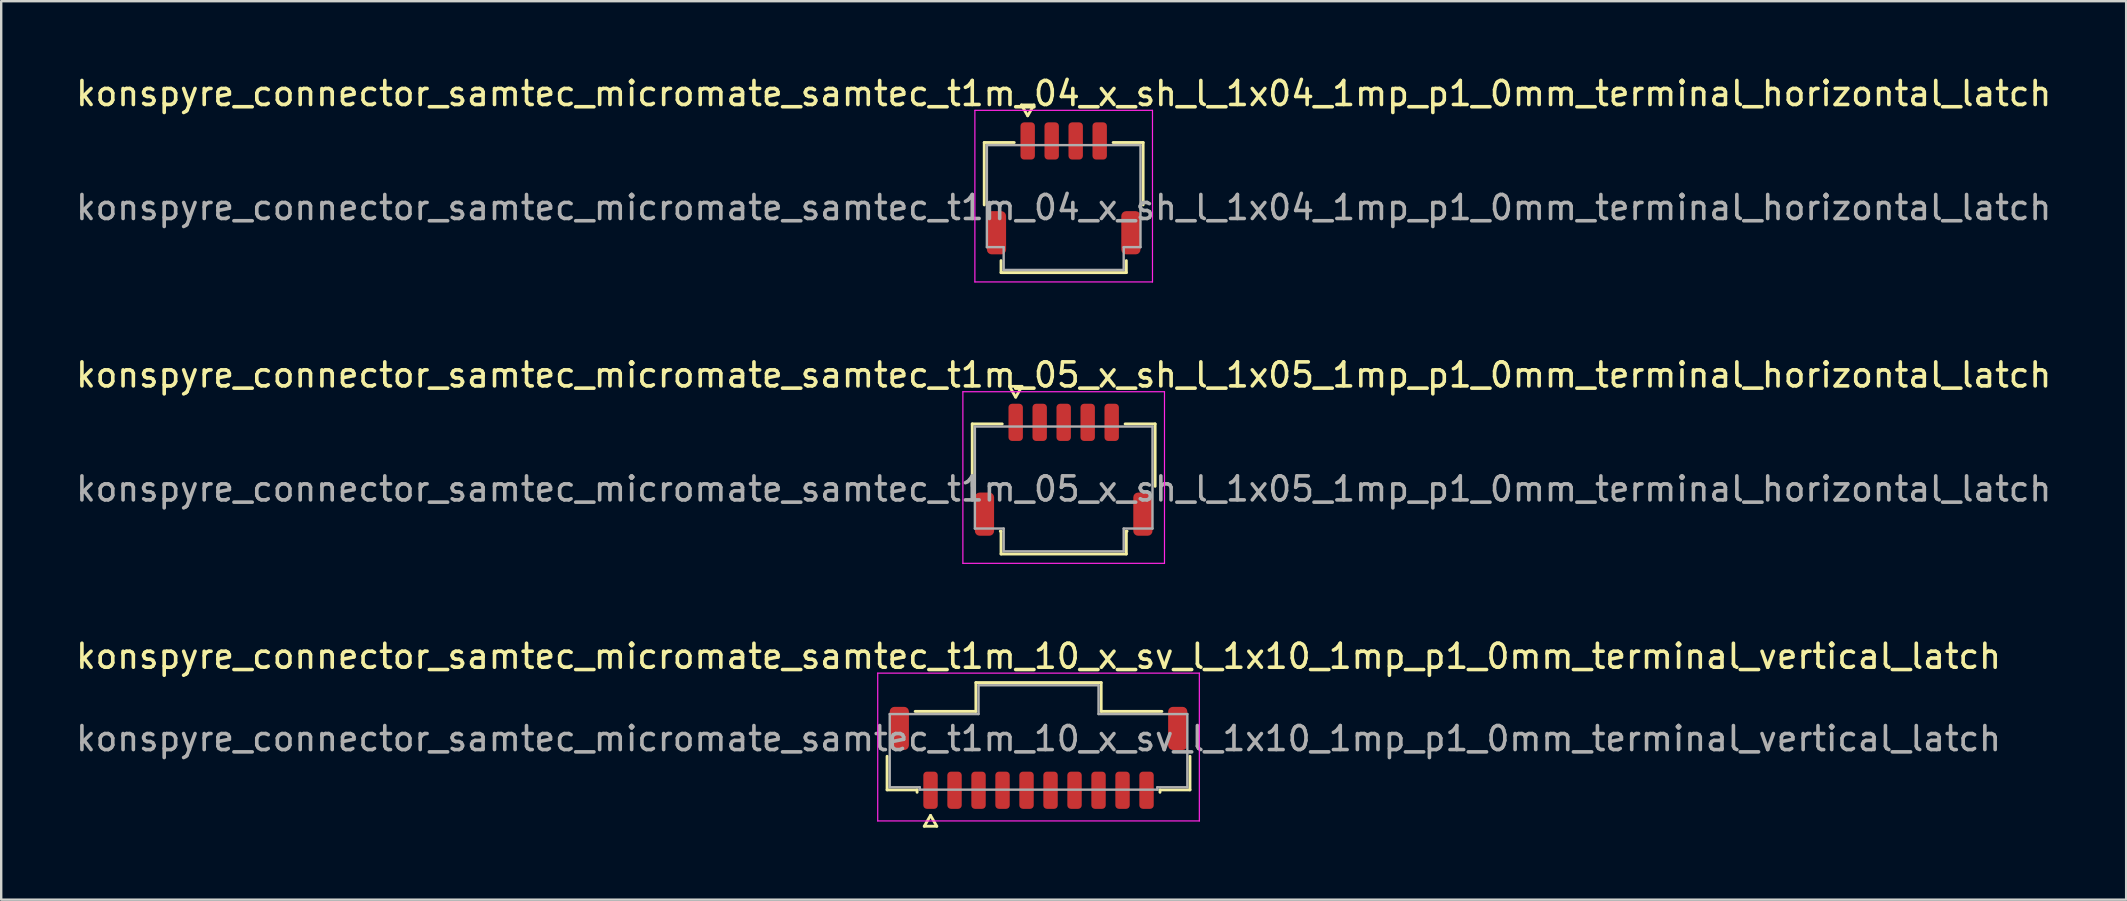
<source format=kicad_pcb>
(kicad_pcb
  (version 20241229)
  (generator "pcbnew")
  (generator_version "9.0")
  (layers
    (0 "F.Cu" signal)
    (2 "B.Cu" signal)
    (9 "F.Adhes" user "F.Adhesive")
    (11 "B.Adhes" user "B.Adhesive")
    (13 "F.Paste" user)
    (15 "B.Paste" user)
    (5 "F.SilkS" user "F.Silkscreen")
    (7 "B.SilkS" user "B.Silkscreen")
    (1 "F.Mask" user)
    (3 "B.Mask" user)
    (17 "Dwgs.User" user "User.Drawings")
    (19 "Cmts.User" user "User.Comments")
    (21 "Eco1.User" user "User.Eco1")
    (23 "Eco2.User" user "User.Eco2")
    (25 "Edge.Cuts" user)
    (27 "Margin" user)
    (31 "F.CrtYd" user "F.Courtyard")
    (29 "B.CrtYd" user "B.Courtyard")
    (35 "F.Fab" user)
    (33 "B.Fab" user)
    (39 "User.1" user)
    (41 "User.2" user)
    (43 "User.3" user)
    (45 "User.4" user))
  (footprint "konspyre_connector_samtec_micromate_samtec_t1m_04_x_sh_l_1x04_1mp_p1_0mm_terminal_horizontal_latch"
    (layer "F.Cu")
    (at 41.268 5.598)
    (property "Reference" "konspyre_connector_samtec_micromate_samtec_t1m_04_x_sh_l_1x04_1mp_p1_0mm_terminal_horizontal_latch" (at 0 -4.75 0) (layer "F.SilkS") (effects (font (size 1 1) (thickness 0.15))))
    (attr smd)
    (fp_line (start -3.31 -2.71) (end -2.06 -2.71) (stroke (width 0.12) (type solid)) (layer "F.SilkS"))
    (fp_line (start -3.31 -0.11) (end -3.31 -2.71) (stroke (width 0.12) (type solid)) (layer "F.SilkS"))
    (fp_line (start -2.61 2.71) (end -2.61 2.21) (stroke (width 0.12) (type solid)) (layer "F.SilkS"))
    (fp_line (start -1.76 -4.275) (end -1.5 -3.825) (stroke (width 0.12) (type solid)) (layer "F.SilkS"))
    (fp_line (start -1.5 -3.825) (end -1.24 -4.275) (stroke (width 0.12) (type solid)) (layer "F.SilkS"))
    (fp_line (start -1.24 -4.275) (end -1.76 -4.275) (stroke (width 0.12) (type solid)) (layer "F.SilkS"))
    (fp_line (start 2.06 -2.71) (end 3.31 -2.71) (stroke (width 0.12) (type solid)) (layer "F.SilkS"))
    (fp_line (start 2.61 2.21) (end 2.61 2.71) (stroke (width 0.12) (type solid)) (layer "F.SilkS"))
    (fp_line (start 2.61 2.71) (end -2.61 2.71) (stroke (width 0.12) (type solid)) (layer "F.SilkS"))
    (fp_line (start 3.31 -2.71) (end 3.31 -0.11) (stroke (width 0.12) (type solid)) (layer "F.SilkS"))
    (fp_line (start -3.7 -4.05) (end -3.7 3.1) (stroke (width 0.05) (type solid)) (layer "F.CrtYd"))
    (fp_line (start -3.7 3.1) (end 3.7 3.1) (stroke (width 0.05) (type solid)) (layer "F.CrtYd"))
    (fp_line (start 3.7 -4.05) (end -3.7 -4.05) (stroke (width 0.05) (type solid)) (layer "F.CrtYd"))
    (fp_line (start 3.7 3.1) (end 3.7 -4.05) (stroke (width 0.05) (type solid)) (layer "F.CrtYd"))
    (fp_line (start -3.2 -2.6) (end 3.2 -2.6) (stroke (width 0.1) (type solid)) (layer "F.Fab"))
    (fp_line (start -3.2 1.65) (end -3.2 -2.6) (stroke (width 0.1) (type solid)) (layer "F.Fab"))
    (fp_line (start -2.5 1.65) (end -3.2 1.65) (stroke (width 0.1) (type solid)) (layer "F.Fab"))
    (fp_line (start -2.5 2.6) (end -2.5 1.65) (stroke (width 0.1) (type solid)) (layer "F.Fab"))
    (fp_line (start 2.5 1.65) (end 2.5 2.6) (stroke (width 0.1) (type solid)) (layer "F.Fab"))
    (fp_line (start 2.5 2.6) (end -2.5 2.6) (stroke (width 0.1) (type solid)) (layer "F.Fab"))
    (fp_line (start 3.2 -2.6) (end 3.2 1.65) (stroke (width 0.1) (type solid)) (layer "F.Fab"))
    (fp_line (start 3.2 1.65) (end 2.5 1.65) (stroke (width 0.1) (type solid)) (layer "F.Fab"))
    (fp_text user "${REFERENCE}" (at 0 0 0) (layer "F.Fab") (effects (font (size 1 1) (thickness 0.15))))
    (pad "1" smd roundrect (at -1.5 -2.775) (size 0.6 1.55) (layers "F.Cu" "F.Mask" "F.Paste") (roundrect_rratio 0.25))
    (pad "2" smd roundrect (at -0.5 -2.775) (size 0.6 1.55) (layers "F.Cu" "F.Mask" "F.Paste") (roundrect_rratio 0.25))
    (pad "3" smd roundrect (at 0.5 -2.775) (size 0.6 1.55) (layers "F.Cu" "F.Mask" "F.Paste") (roundrect_rratio 0.25))
    (pad "4" smd roundrect (at 1.5 -2.775) (size 0.6 1.55) (layers "F.Cu" "F.Mask" "F.Paste") (roundrect_rratio 0.25))
    (pad "MP" smd roundrect (at -2.8 1.05) (size 0.8 1.8) (layers "F.Cu" "F.Mask" "F.Paste") (roundrect_rratio 0.25))
    (pad "MP" smd roundrect (at 2.8 1.05) (size 0.8 1.8) (layers "F.Cu" "F.Mask" "F.Paste") (roundrect_rratio 0.25)))
  (footprint "konspyre_connector_samtec_micromate_samtec_t1m_10_x_sv_l_1x10_1mp_p1_0mm_terminal_vertical_latch"
    (layer "F.Cu")
    (at 40.22 27.725)
    (property "Reference" "konspyre_connector_samtec_micromate_samtec_t1m_10_x_sv_l_1x10_1mp_p1_0mm_terminal_vertical_latch" (at 0 -3.43 0) (layer "F.SilkS") (effects (font (size 1 1) (thickness 0.15))))
    (attr smd)
    (fp_line (start -6.31 2.135) (end -6.31 0.735) (stroke (width 0.12) (type solid)) (layer "F.SilkS"))
    (fp_line (start -5.14 -1.135) (end -2.61 -1.135) (stroke (width 0.12) (type solid)) (layer "F.SilkS"))
    (fp_line (start -5.06 2.135) (end -6.31 2.135) (stroke (width 0.12) (type solid)) (layer "F.SilkS"))
    (fp_line (start -5.06 2.235) (end -5.06 2.135) (stroke (width 0.12) (type solid)) (layer "F.SilkS"))
    (fp_line (start -4.76 3.65) (end -4.5 3.2) (stroke (width 0.12) (type solid)) (layer "F.SilkS"))
    (fp_line (start -4.5 3.2) (end -4.24 3.65) (stroke (width 0.12) (type solid)) (layer "F.SilkS"))
    (fp_line (start -4.24 3.65) (end -4.76 3.65) (stroke (width 0.12) (type solid)) (layer "F.SilkS"))
    (fp_line (start -2.61 -2.335) (end 2.61 -2.335) (stroke (width 0.12) (type solid)) (layer "F.SilkS"))
    (fp_line (start -2.61 -1.135) (end -2.61 -2.335) (stroke (width 0.12) (type solid)) (layer "F.SilkS"))
    (fp_line (start 2.61 -2.335) (end 2.61 -1.135) (stroke (width 0.12) (type solid)) (layer "F.SilkS"))
    (fp_line (start 2.61 -1.135) (end 5.14 -1.135) (stroke (width 0.12) (type solid)) (layer "F.SilkS"))
    (fp_line (start 5.06 2.135) (end 5.06 2.235) (stroke (width 0.12) (type solid)) (layer "F.SilkS"))
    (fp_line (start 6.31 0.735) (end 6.31 2.135) (stroke (width 0.12) (type solid)) (layer "F.SilkS"))
    (fp_line (start 6.31 2.135) (end 5.06 2.135) (stroke (width 0.12) (type solid)) (layer "F.SilkS"))
    (fp_line (start -6.7 -2.73) (end -6.7 3.43) (stroke (width 0.05) (type solid)) (layer "F.CrtYd"))
    (fp_line (start -6.7 3.43) (end 6.7 3.43) (stroke (width 0.05) (type solid)) (layer "F.CrtYd"))
    (fp_line (start 6.7 -2.73) (end -6.7 -2.73) (stroke (width 0.05) (type solid)) (layer "F.CrtYd"))
    (fp_line (start 6.7 3.43) (end 6.7 -2.73) (stroke (width 0.05) (type solid)) (layer "F.CrtYd"))
    (fp_line (start -6.2 -1.025) (end -2.5 -1.025) (stroke (width 0.1) (type solid)) (layer "F.Fab"))
    (fp_line (start -6.2 2.025) (end -6.2 -1.025) (stroke (width 0.1) (type solid)) (layer "F.Fab"))
    (fp_line (start -4.95 2.025) (end -6.2 2.025) (stroke (width 0.1) (type solid)) (layer "F.Fab"))
    (fp_line (start -4.95 2.125) (end -4.95 2.025) (stroke (width 0.1) (type solid)) (layer "F.Fab"))
    (fp_line (start -2.5 -2.225) (end 2.5 -2.225) (stroke (width 0.1) (type solid)) (layer "F.Fab"))
    (fp_line (start -2.5 -1.025) (end -2.5 -2.225) (stroke (width 0.1) (type solid)) (layer "F.Fab"))
    (fp_line (start 2.5 -2.225) (end 2.5 -1.025) (stroke (width 0.1) (type solid)) (layer "F.Fab"))
    (fp_line (start 2.5 -1.025) (end 6.2 -1.025) (stroke (width 0.1) (type solid)) (layer "F.Fab"))
    (fp_line (start 4.95 2.025) (end 4.95 2.125) (stroke (width 0.1) (type solid)) (layer "F.Fab"))
    (fp_line (start 4.95 2.125) (end -4.95 2.125) (stroke (width 0.1) (type solid)) (layer "F.Fab"))
    (fp_line (start 6.2 -1.025) (end 6.2 2.025) (stroke (width 0.1) (type solid)) (layer "F.Fab"))
    (fp_line (start 6.2 2.025) (end 4.95 2.025) (stroke (width 0.1) (type solid)) (layer "F.Fab"))
    (fp_text user "${REFERENCE}" (at 0 0 0) (layer "F.Fab") (effects (font (size 1 1) (thickness 0.15))))
    (pad "1" smd roundrect (at -4.5 2.15) (size 0.6 1.55) (layers "F.Cu" "F.Mask" "F.Paste") (roundrect_rratio 0.25))
    (pad "2" smd roundrect (at -3.5 2.15) (size 0.6 1.55) (layers "F.Cu" "F.Mask" "F.Paste") (roundrect_rratio 0.25))
    (pad "3" smd roundrect (at -2.5 2.15) (size 0.6 1.55) (layers "F.Cu" "F.Mask" "F.Paste") (roundrect_rratio 0.25))
    (pad "4" smd roundrect (at -1.5 2.15) (size 0.6 1.55) (layers "F.Cu" "F.Mask" "F.Paste") (roundrect_rratio 0.25))
    (pad "5" smd roundrect (at -0.5 2.15) (size 0.6 1.55) (layers "F.Cu" "F.Mask" "F.Paste") (roundrect_rratio 0.25))
    (pad "6" smd roundrect (at 0.5 2.15) (size 0.6 1.55) (layers "F.Cu" "F.Mask" "F.Paste") (roundrect_rratio 0.25))
    (pad "7" smd roundrect (at 1.5 2.15) (size 0.6 1.55) (layers "F.Cu" "F.Mask" "F.Paste") (roundrect_rratio 0.25))
    (pad "8" smd roundrect (at 2.5 2.15) (size 0.6 1.55) (layers "F.Cu" "F.Mask" "F.Paste") (roundrect_rratio 0.25))
    (pad "9" smd roundrect (at 3.5 2.15) (size 0.6 1.55) (layers "F.Cu" "F.Mask" "F.Paste") (roundrect_rratio 0.25))
    (pad "10" smd roundrect (at 4.5 2.15) (size 0.6 1.55) (layers "F.Cu" "F.Mask" "F.Paste") (roundrect_rratio 0.25))
    (pad "MP" smd roundrect (at -5.8 -0.425) (size 0.8 1.8) (layers "F.Cu" "F.Mask" "F.Paste") (roundrect_rratio 0.25))
    (pad "MP" smd roundrect (at 5.8 -0.425) (size 0.8 1.8) (layers "F.Cu" "F.Mask" "F.Paste") (roundrect_rratio 0.25)))
  (footprint "konspyre_connector_samtec_micromate_samtec_t1m_05_x_sh_l_1x05_1mp_p1_0mm_terminal_horizontal_latch"
    (layer "F.Cu")
    (at 41.268 17.322)
    (property "Reference" "konspyre_connector_samtec_micromate_samtec_t1m_05_x_sh_l_1x05_1mp_p1_0mm_terminal_horizontal_latch" (at 0 -4.75 0) (layer "F.SilkS") (effects (font (size 1 1) (thickness 0.15))))
    (attr smd)
    (fp_line (start -3.81 -2.71) (end -2.56 -2.71) (stroke (width 0.12) (type solid)) (layer "F.SilkS"))
    (fp_line (start -3.81 -0.11) (end -3.81 -2.71) (stroke (width 0.12) (type solid)) (layer "F.SilkS"))
    (fp_line (start -2.61 1.76) (end -2.64 1.76) (stroke (width 0.12) (type solid)) (layer "F.SilkS"))
    (fp_line (start -2.61 2.71) (end -2.61 1.76) (stroke (width 0.12) (type solid)) (layer "F.SilkS"))
    (fp_line (start -2.26 -4.275) (end -2 -3.825) (stroke (width 0.12) (type solid)) (layer "F.SilkS"))
    (fp_line (start -2 -3.825) (end -1.74 -4.275) (stroke (width 0.12) (type solid)) (layer "F.SilkS"))
    (fp_line (start -1.74 -4.275) (end -2.26 -4.275) (stroke (width 0.12) (type solid)) (layer "F.SilkS"))
    (fp_line (start 2.56 -2.71) (end 3.81 -2.71) (stroke (width 0.12) (type solid)) (layer "F.SilkS"))
    (fp_line (start 2.61 1.76) (end 2.61 2.71) (stroke (width 0.12) (type solid)) (layer "F.SilkS"))
    (fp_line (start 2.61 2.71) (end -2.61 2.71) (stroke (width 0.12) (type solid)) (layer "F.SilkS"))
    (fp_line (start 2.64 1.76) (end 2.61 1.76) (stroke (width 0.12) (type solid)) (layer "F.SilkS"))
    (fp_line (start 3.81 -2.71) (end 3.81 -0.11) (stroke (width 0.12) (type solid)) (layer "F.SilkS"))
    (fp_line (start -4.2 -4.05) (end -4.2 3.1) (stroke (width 0.05) (type solid)) (layer "F.CrtYd"))
    (fp_line (start -4.2 3.1) (end 4.2 3.1) (stroke (width 0.05) (type solid)) (layer "F.CrtYd"))
    (fp_line (start 4.2 -4.05) (end -4.2 -4.05) (stroke (width 0.05) (type solid)) (layer "F.CrtYd"))
    (fp_line (start 4.2 3.1) (end 4.2 -4.05) (stroke (width 0.05) (type solid)) (layer "F.CrtYd"))
    (fp_line (start -3.7 -2.6) (end 3.7 -2.6) (stroke (width 0.1) (type solid)) (layer "F.Fab"))
    (fp_line (start -3.7 1.65) (end -3.7 -2.6) (stroke (width 0.1) (type solid)) (layer "F.Fab"))
    (fp_line (start -2.5 1.65) (end -3.7 1.65) (stroke (width 0.1) (type solid)) (layer "F.Fab"))
    (fp_line (start -2.5 2.6) (end -2.5 1.65) (stroke (width 0.1) (type solid)) (layer "F.Fab"))
    (fp_line (start 2.5 1.65) (end 2.5 2.6) (stroke (width 0.1) (type solid)) (layer "F.Fab"))
    (fp_line (start 2.5 2.6) (end -2.5 2.6) (stroke (width 0.1) (type solid)) (layer "F.Fab"))
    (fp_line (start 3.7 -2.6) (end 3.7 1.65) (stroke (width 0.1) (type solid)) (layer "F.Fab"))
    (fp_line (start 3.7 1.65) (end 2.5 1.65) (stroke (width 0.1) (type solid)) (layer "F.Fab"))
    (fp_text user "${REFERENCE}" (at 0 0 0) (layer "F.Fab") (effects (font (size 1 1) (thickness 0.15))))
    (pad "1" smd roundrect (at -2 -2.775) (size 0.6 1.55) (layers "F.Cu" "F.Mask" "F.Paste") (roundrect_rratio 0.25))
    (pad "2" smd roundrect (at -1 -2.775) (size 0.6 1.55) (layers "F.Cu" "F.Mask" "F.Paste") (roundrect_rratio 0.25))
    (pad "3" smd roundrect (at 0 -2.775) (size 0.6 1.55) (layers "F.Cu" "F.Mask" "F.Paste") (roundrect_rratio 0.25))
    (pad "4" smd roundrect (at 1 -2.775) (size 0.6 1.55) (layers "F.Cu" "F.Mask" "F.Paste") (roundrect_rratio 0.25))
    (pad "5" smd roundrect (at 2 -2.775) (size 0.6 1.55) (layers "F.Cu" "F.Mask" "F.Paste") (roundrect_rratio 0.25))
    (pad "MP" smd roundrect (at -3.3 1.05) (size 0.8 1.8) (layers "F.Cu" "F.Mask" "F.Paste") (roundrect_rratio 0.25))
    (pad "MP" smd roundrect (at 3.3 1.05) (size 0.8 1.8) (layers "F.Cu" "F.Mask" "F.Paste") (roundrect_rratio 0.25)))
  (gr_rect
    (start -3 -3)
    (end 85.536 34.435)
    (stroke (width 0.1) (type default))
    (fill no)
    (layer "Edge.Cuts")))
</source>
